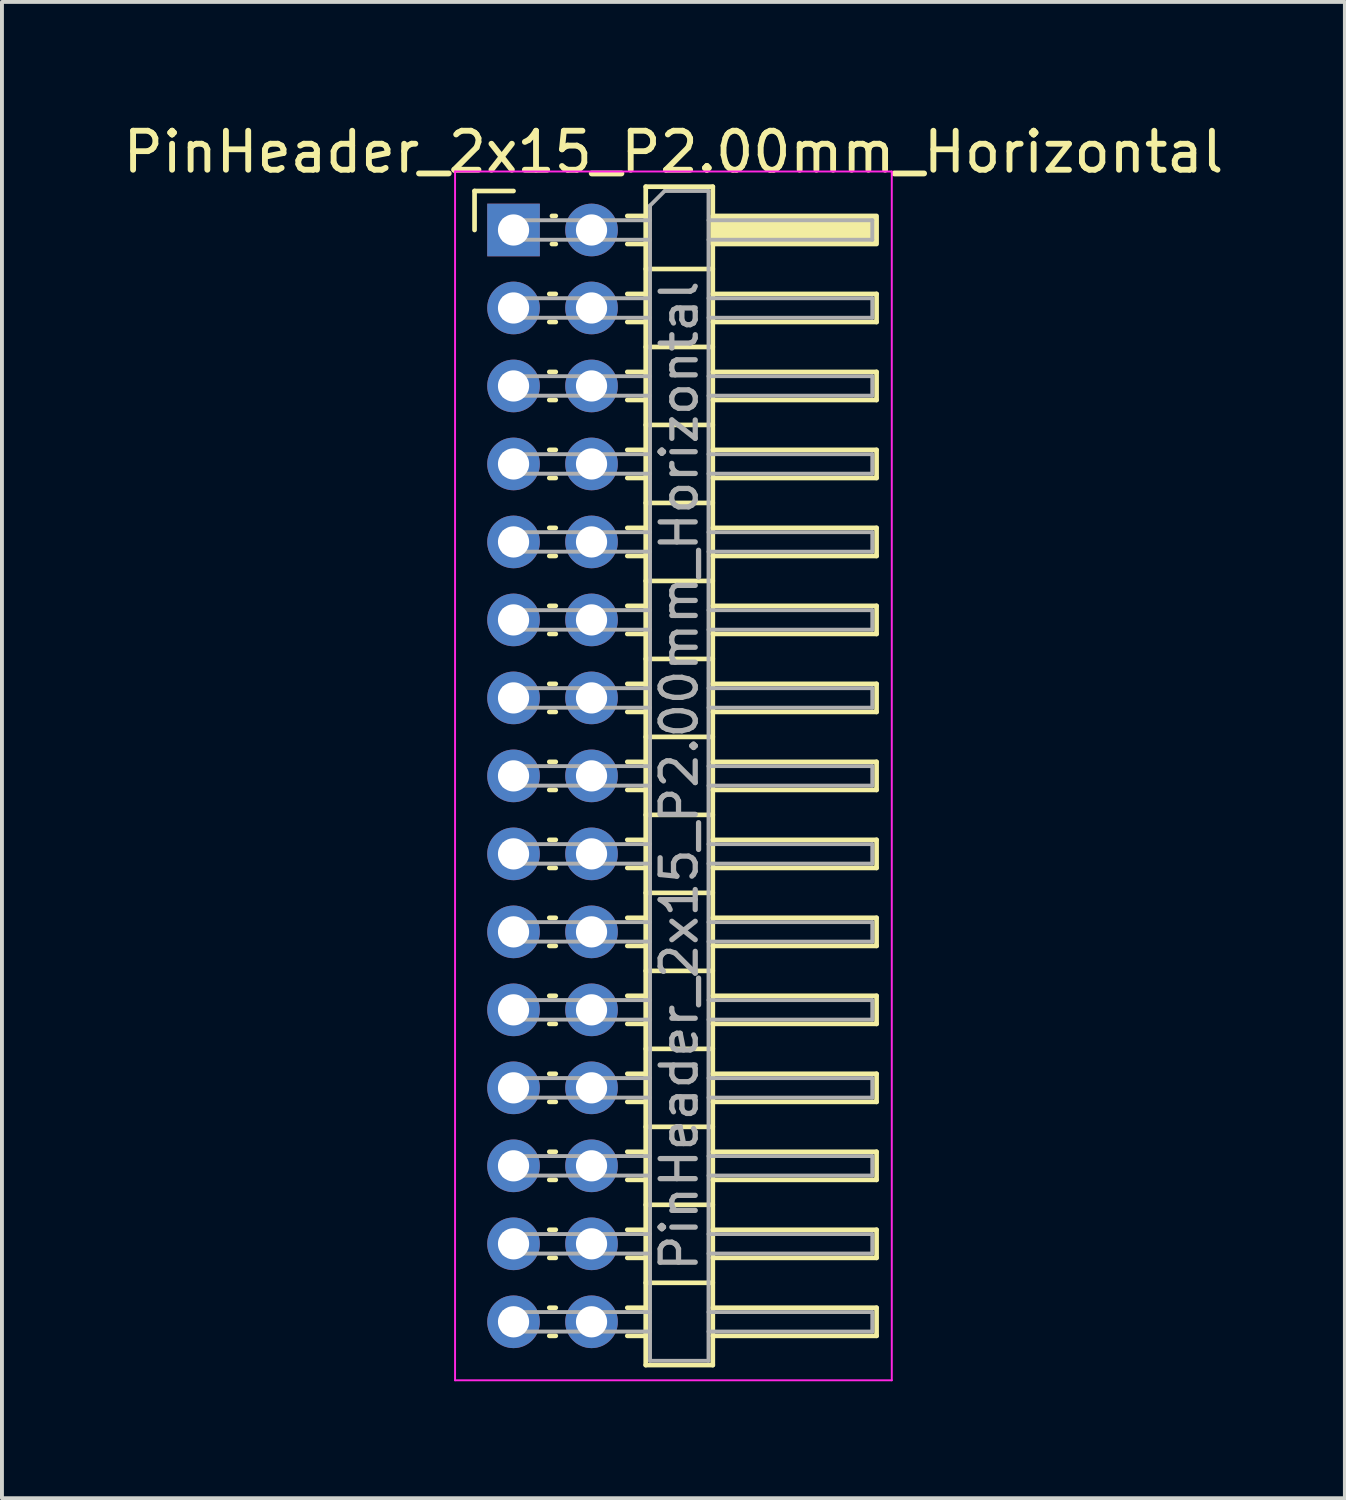
<source format=kicad_pcb>
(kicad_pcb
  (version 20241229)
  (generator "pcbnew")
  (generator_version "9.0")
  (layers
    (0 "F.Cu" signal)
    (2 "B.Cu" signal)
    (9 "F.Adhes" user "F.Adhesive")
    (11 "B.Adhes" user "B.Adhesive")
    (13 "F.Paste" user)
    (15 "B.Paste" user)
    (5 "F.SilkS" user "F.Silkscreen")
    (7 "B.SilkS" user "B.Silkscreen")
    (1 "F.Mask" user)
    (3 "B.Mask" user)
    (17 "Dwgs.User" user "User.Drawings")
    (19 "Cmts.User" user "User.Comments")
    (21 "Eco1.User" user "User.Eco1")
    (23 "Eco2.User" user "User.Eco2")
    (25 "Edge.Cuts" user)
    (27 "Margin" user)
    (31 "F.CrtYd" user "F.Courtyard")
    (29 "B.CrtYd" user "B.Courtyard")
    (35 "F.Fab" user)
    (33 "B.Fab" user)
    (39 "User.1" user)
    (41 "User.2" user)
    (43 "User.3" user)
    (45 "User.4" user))
  (footprint "PinHeader_2x15_P2.00mm_Horizontal"
    (layer "F.Cu")
    (at 10.12 2.848)
    (property "Reference" "PinHeader_2x15_P2.00mm_Horizontal" (at 4.1 -2 0) (layer "F.SilkS") (effects (font (size 1 1) (thickness 0.15))))
    (attr through_hole)
    (fp_line (start -1 -1) (end 0 -1) (stroke (width 0.12) (type solid)) (layer "F.SilkS"))
    (fp_line (start -1 0) (end -1 -1) (stroke (width 0.12) (type solid)) (layer "F.SilkS"))
    (fp_line (start 0.917 1.64) (end 1.083 1.64) (stroke (width 0.12) (type solid)) (layer "F.SilkS"))
    (fp_line (start 0.917 2.36) (end 1.083 2.36) (stroke (width 0.12) (type solid)) (layer "F.SilkS"))
    (fp_line (start 0.917 3.64) (end 1.083 3.64) (stroke (width 0.12) (type solid)) (layer "F.SilkS"))
    (fp_line (start 0.917 4.36) (end 1.083 4.36) (stroke (width 0.12) (type solid)) (layer "F.SilkS"))
    (fp_line (start 0.917 5.64) (end 1.083 5.64) (stroke (width 0.12) (type solid)) (layer "F.SilkS"))
    (fp_line (start 0.917 6.36) (end 1.083 6.36) (stroke (width 0.12) (type solid)) (layer "F.SilkS"))
    (fp_line (start 0.917 7.64) (end 1.083 7.64) (stroke (width 0.12) (type solid)) (layer "F.SilkS"))
    (fp_line (start 0.917 8.36) (end 1.083 8.36) (stroke (width 0.12) (type solid)) (layer "F.SilkS"))
    (fp_line (start 0.917 9.64) (end 1.083 9.64) (stroke (width 0.12) (type solid)) (layer "F.SilkS"))
    (fp_line (start 0.917 10.36) (end 1.083 10.36) (stroke (width 0.12) (type solid)) (layer "F.SilkS"))
    (fp_line (start 0.917 11.64) (end 1.083 11.64) (stroke (width 0.12) (type solid)) (layer "F.SilkS"))
    (fp_line (start 0.917 12.36) (end 1.083 12.36) (stroke (width 0.12) (type solid)) (layer "F.SilkS"))
    (fp_line (start 0.917 13.64) (end 1.083 13.64) (stroke (width 0.12) (type solid)) (layer "F.SilkS"))
    (fp_line (start 0.917 14.36) (end 1.083 14.36) (stroke (width 0.12) (type solid)) (layer "F.SilkS"))
    (fp_line (start 0.917 15.64) (end 1.083 15.64) (stroke (width 0.12) (type solid)) (layer "F.SilkS"))
    (fp_line (start 0.917 16.36) (end 1.083 16.36) (stroke (width 0.12) (type solid)) (layer "F.SilkS"))
    (fp_line (start 0.917 17.64) (end 1.083 17.64) (stroke (width 0.12) (type solid)) (layer "F.SilkS"))
    (fp_line (start 0.917 18.36) (end 1.083 18.36) (stroke (width 0.12) (type solid)) (layer "F.SilkS"))
    (fp_line (start 0.917 19.64) (end 1.083 19.64) (stroke (width 0.12) (type solid)) (layer "F.SilkS"))
    (fp_line (start 0.917 20.36) (end 1.083 20.36) (stroke (width 0.12) (type solid)) (layer "F.SilkS"))
    (fp_line (start 0.917 21.64) (end 1.083 21.64) (stroke (width 0.12) (type solid)) (layer "F.SilkS"))
    (fp_line (start 0.917 22.36) (end 1.083 22.36) (stroke (width 0.12) (type solid)) (layer "F.SilkS"))
    (fp_line (start 0.917 23.64) (end 1.083 23.64) (stroke (width 0.12) (type solid)) (layer "F.SilkS"))
    (fp_line (start 0.917 24.36) (end 1.083 24.36) (stroke (width 0.12) (type solid)) (layer "F.SilkS"))
    (fp_line (start 0.917 25.64) (end 1.083 25.64) (stroke (width 0.12) (type solid)) (layer "F.SilkS"))
    (fp_line (start 0.917 26.36) (end 1.083 26.36) (stroke (width 0.12) (type solid)) (layer "F.SilkS"))
    (fp_line (start 0.917 27.64) (end 1.083 27.64) (stroke (width 0.12) (type solid)) (layer "F.SilkS"))
    (fp_line (start 0.917 28.36) (end 1.083 28.36) (stroke (width 0.12) (type solid)) (layer "F.SilkS"))
    (fp_line (start 0.985 -0.36) (end 1.083 -0.36) (stroke (width 0.12) (type solid)) (layer "F.SilkS"))
    (fp_line (start 0.985 0.36) (end 1.083 0.36) (stroke (width 0.12) (type solid)) (layer "F.SilkS"))
    (fp_line (start 2.917 -0.36) (end 3.39 -0.36) (stroke (width 0.12) (type solid)) (layer "F.SilkS"))
    (fp_line (start 2.917 0.36) (end 3.39 0.36) (stroke (width 0.12) (type solid)) (layer "F.SilkS"))
    (fp_line (start 2.917 1.64) (end 3.39 1.64) (stroke (width 0.12) (type solid)) (layer "F.SilkS"))
    (fp_line (start 2.917 2.36) (end 3.39 2.36) (stroke (width 0.12) (type solid)) (layer "F.SilkS"))
    (fp_line (start 2.917 3.64) (end 3.39 3.64) (stroke (width 0.12) (type solid)) (layer "F.SilkS"))
    (fp_line (start 2.917 4.36) (end 3.39 4.36) (stroke (width 0.12) (type solid)) (layer "F.SilkS"))
    (fp_line (start 2.917 5.64) (end 3.39 5.64) (stroke (width 0.12) (type solid)) (layer "F.SilkS"))
    (fp_line (start 2.917 6.36) (end 3.39 6.36) (stroke (width 0.12) (type solid)) (layer "F.SilkS"))
    (fp_line (start 2.917 7.64) (end 3.39 7.64) (stroke (width 0.12) (type solid)) (layer "F.SilkS"))
    (fp_line (start 2.917 8.36) (end 3.39 8.36) (stroke (width 0.12) (type solid)) (layer "F.SilkS"))
    (fp_line (start 2.917 9.64) (end 3.39 9.64) (stroke (width 0.12) (type solid)) (layer "F.SilkS"))
    (fp_line (start 2.917 10.36) (end 3.39 10.36) (stroke (width 0.12) (type solid)) (layer "F.SilkS"))
    (fp_line (start 2.917 11.64) (end 3.39 11.64) (stroke (width 0.12) (type solid)) (layer "F.SilkS"))
    (fp_line (start 2.917 12.36) (end 3.39 12.36) (stroke (width 0.12) (type solid)) (layer "F.SilkS"))
    (fp_line (start 2.917 13.64) (end 3.39 13.64) (stroke (width 0.12) (type solid)) (layer "F.SilkS"))
    (fp_line (start 2.917 14.36) (end 3.39 14.36) (stroke (width 0.12) (type solid)) (layer "F.SilkS"))
    (fp_line (start 2.917 15.64) (end 3.39 15.64) (stroke (width 0.12) (type solid)) (layer "F.SilkS"))
    (fp_line (start 2.917 16.36) (end 3.39 16.36) (stroke (width 0.12) (type solid)) (layer "F.SilkS"))
    (fp_line (start 2.917 17.64) (end 3.39 17.64) (stroke (width 0.12) (type solid)) (layer "F.SilkS"))
    (fp_line (start 2.917 18.36) (end 3.39 18.36) (stroke (width 0.12) (type solid)) (layer "F.SilkS"))
    (fp_line (start 2.917 19.64) (end 3.39 19.64) (stroke (width 0.12) (type solid)) (layer "F.SilkS"))
    (fp_line (start 2.917 20.36) (end 3.39 20.36) (stroke (width 0.12) (type solid)) (layer "F.SilkS"))
    (fp_line (start 2.917 21.64) (end 3.39 21.64) (stroke (width 0.12) (type solid)) (layer "F.SilkS"))
    (fp_line (start 2.917 22.36) (end 3.39 22.36) (stroke (width 0.12) (type solid)) (layer "F.SilkS"))
    (fp_line (start 2.917 23.64) (end 3.39 23.64) (stroke (width 0.12) (type solid)) (layer "F.SilkS"))
    (fp_line (start 2.917 24.36) (end 3.39 24.36) (stroke (width 0.12) (type solid)) (layer "F.SilkS"))
    (fp_line (start 2.917 25.64) (end 3.39 25.64) (stroke (width 0.12) (type solid)) (layer "F.SilkS"))
    (fp_line (start 2.917 26.36) (end 3.39 26.36) (stroke (width 0.12) (type solid)) (layer "F.SilkS"))
    (fp_line (start 2.917 27.64) (end 3.39 27.64) (stroke (width 0.12) (type solid)) (layer "F.SilkS"))
    (fp_line (start 2.917 28.36) (end 3.39 28.36) (stroke (width 0.12) (type solid)) (layer "F.SilkS"))
    (fp_line (start 3.39 -1.11) (end 3.39 29.11) (stroke (width 0.12) (type solid)) (layer "F.SilkS"))
    (fp_line (start 3.39 1) (end 5.11 1) (stroke (width 0.12) (type solid)) (layer "F.SilkS"))
    (fp_line (start 3.39 3) (end 5.11 3) (stroke (width 0.12) (type solid)) (layer "F.SilkS"))
    (fp_line (start 3.39 5) (end 5.11 5) (stroke (width 0.12) (type solid)) (layer "F.SilkS"))
    (fp_line (start 3.39 7) (end 5.11 7) (stroke (width 0.12) (type solid)) (layer "F.SilkS"))
    (fp_line (start 3.39 9) (end 5.11 9) (stroke (width 0.12) (type solid)) (layer "F.SilkS"))
    (fp_line (start 3.39 11) (end 5.11 11) (stroke (width 0.12) (type solid)) (layer "F.SilkS"))
    (fp_line (start 3.39 13) (end 5.11 13) (stroke (width 0.12) (type solid)) (layer "F.SilkS"))
    (fp_line (start 3.39 15) (end 5.11 15) (stroke (width 0.12) (type solid)) (layer "F.SilkS"))
    (fp_line (start 3.39 17) (end 5.11 17) (stroke (width 0.12) (type solid)) (layer "F.SilkS"))
    (fp_line (start 3.39 19) (end 5.11 19) (stroke (width 0.12) (type solid)) (layer "F.SilkS"))
    (fp_line (start 3.39 21) (end 5.11 21) (stroke (width 0.12) (type solid)) (layer "F.SilkS"))
    (fp_line (start 3.39 23) (end 5.11 23) (stroke (width 0.12) (type solid)) (layer "F.SilkS"))
    (fp_line (start 3.39 25) (end 5.11 25) (stroke (width 0.12) (type solid)) (layer "F.SilkS"))
    (fp_line (start 3.39 27) (end 5.11 27) (stroke (width 0.12) (type solid)) (layer "F.SilkS"))
    (fp_line (start 3.39 29.11) (end 5.11 29.11) (stroke (width 0.12) (type solid)) (layer "F.SilkS"))
    (fp_line (start 5.11 -1.11) (end 3.39 -1.11) (stroke (width 0.12) (type solid)) (layer "F.SilkS"))
    (fp_line (start 5.11 1.64) (end 9.31 1.64) (stroke (width 0.12) (type solid)) (layer "F.SilkS"))
    (fp_line (start 5.11 3.64) (end 9.31 3.64) (stroke (width 0.12) (type solid)) (layer "F.SilkS"))
    (fp_line (start 5.11 5.64) (end 9.31 5.64) (stroke (width 0.12) (type solid)) (layer "F.SilkS"))
    (fp_line (start 5.11 7.64) (end 9.31 7.64) (stroke (width 0.12) (type solid)) (layer "F.SilkS"))
    (fp_line (start 5.11 9.64) (end 9.31 9.64) (stroke (width 0.12) (type solid)) (layer "F.SilkS"))
    (fp_line (start 5.11 11.64) (end 9.31 11.64) (stroke (width 0.12) (type solid)) (layer "F.SilkS"))
    (fp_line (start 5.11 13.64) (end 9.31 13.64) (stroke (width 0.12) (type solid)) (layer "F.SilkS"))
    (fp_line (start 5.11 15.64) (end 9.31 15.64) (stroke (width 0.12) (type solid)) (layer "F.SilkS"))
    (fp_line (start 5.11 17.64) (end 9.31 17.64) (stroke (width 0.12) (type solid)) (layer "F.SilkS"))
    (fp_line (start 5.11 19.64) (end 9.31 19.64) (stroke (width 0.12) (type solid)) (layer "F.SilkS"))
    (fp_line (start 5.11 21.64) (end 9.31 21.64) (stroke (width 0.12) (type solid)) (layer "F.SilkS"))
    (fp_line (start 5.11 23.64) (end 9.31 23.64) (stroke (width 0.12) (type solid)) (layer "F.SilkS"))
    (fp_line (start 5.11 25.64) (end 9.31 25.64) (stroke (width 0.12) (type solid)) (layer "F.SilkS"))
    (fp_line (start 5.11 27.64) (end 9.31 27.64) (stroke (width 0.12) (type solid)) (layer "F.SilkS"))
    (fp_line (start 5.11 29.11) (end 5.11 -1.11) (stroke (width 0.12) (type solid)) (layer "F.SilkS"))
    (fp_line (start 9.31 1.64) (end 9.31 2.36) (stroke (width 0.12) (type solid)) (layer "F.SilkS"))
    (fp_line (start 9.31 2.36) (end 5.11 2.36) (stroke (width 0.12) (type solid)) (layer "F.SilkS"))
    (fp_line (start 9.31 3.64) (end 9.31 4.36) (stroke (width 0.12) (type solid)) (layer "F.SilkS"))
    (fp_line (start 9.31 4.36) (end 5.11 4.36) (stroke (width 0.12) (type solid)) (layer "F.SilkS"))
    (fp_line (start 9.31 5.64) (end 9.31 6.36) (stroke (width 0.12) (type solid)) (layer "F.SilkS"))
    (fp_line (start 9.31 6.36) (end 5.11 6.36) (stroke (width 0.12) (type solid)) (layer "F.SilkS"))
    (fp_line (start 9.31 7.64) (end 9.31 8.36) (stroke (width 0.12) (type solid)) (layer "F.SilkS"))
    (fp_line (start 9.31 8.36) (end 5.11 8.36) (stroke (width 0.12) (type solid)) (layer "F.SilkS"))
    (fp_line (start 9.31 9.64) (end 9.31 10.36) (stroke (width 0.12) (type solid)) (layer "F.SilkS"))
    (fp_line (start 9.31 10.36) (end 5.11 10.36) (stroke (width 0.12) (type solid)) (layer "F.SilkS"))
    (fp_line (start 9.31 11.64) (end 9.31 12.36) (stroke (width 0.12) (type solid)) (layer "F.SilkS"))
    (fp_line (start 9.31 12.36) (end 5.11 12.36) (stroke (width 0.12) (type solid)) (layer "F.SilkS"))
    (fp_line (start 9.31 13.64) (end 9.31 14.36) (stroke (width 0.12) (type solid)) (layer "F.SilkS"))
    (fp_line (start 9.31 14.36) (end 5.11 14.36) (stroke (width 0.12) (type solid)) (layer "F.SilkS"))
    (fp_line (start 9.31 15.64) (end 9.31 16.36) (stroke (width 0.12) (type solid)) (layer "F.SilkS"))
    (fp_line (start 9.31 16.36) (end 5.11 16.36) (stroke (width 0.12) (type solid)) (layer "F.SilkS"))
    (fp_line (start 9.31 17.64) (end 9.31 18.36) (stroke (width 0.12) (type solid)) (layer "F.SilkS"))
    (fp_line (start 9.31 18.36) (end 5.11 18.36) (stroke (width 0.12) (type solid)) (layer "F.SilkS"))
    (fp_line (start 9.31 19.64) (end 9.31 20.36) (stroke (width 0.12) (type solid)) (layer "F.SilkS"))
    (fp_line (start 9.31 20.36) (end 5.11 20.36) (stroke (width 0.12) (type solid)) (layer "F.SilkS"))
    (fp_line (start 9.31 21.64) (end 9.31 22.36) (stroke (width 0.12) (type solid)) (layer "F.SilkS"))
    (fp_line (start 9.31 22.36) (end 5.11 22.36) (stroke (width 0.12) (type solid)) (layer "F.SilkS"))
    (fp_line (start 9.31 23.64) (end 9.31 24.36) (stroke (width 0.12) (type solid)) (layer "F.SilkS"))
    (fp_line (start 9.31 24.36) (end 5.11 24.36) (stroke (width 0.12) (type solid)) (layer "F.SilkS"))
    (fp_line (start 9.31 25.64) (end 9.31 26.36) (stroke (width 0.12) (type solid)) (layer "F.SilkS"))
    (fp_line (start 9.31 26.36) (end 5.11 26.36) (stroke (width 0.12) (type solid)) (layer "F.SilkS"))
    (fp_line (start 9.31 27.64) (end 9.31 28.36) (stroke (width 0.12) (type solid)) (layer "F.SilkS"))
    (fp_line (start 9.31 28.36) (end 5.11 28.36) (stroke (width 0.12) (type solid)) (layer "F.SilkS"))
    (fp_rect (start 5.11 -0.36) (end 9.31 0.36) (stroke (width 0.12) (type solid)) (fill yes) (layer "F.SilkS"))
    (fp_line (start -1.5 -1.5) (end -1.5 29.5) (stroke (width 0.05) (type solid)) (layer "F.CrtYd"))
    (fp_line (start -1.5 29.5) (end 9.7 29.5) (stroke (width 0.05) (type solid)) (layer "F.CrtYd"))
    (fp_line (start 9.7 -1.5) (end -1.5 -1.5) (stroke (width 0.05) (type solid)) (layer "F.CrtYd"))
    (fp_line (start 9.7 29.5) (end 9.7 -1.5) (stroke (width 0.05) (type solid)) (layer "F.CrtYd"))
    (fp_line (start -0.25 -0.25) (end -0.25 0.25) (stroke (width 0.1) (type solid)) (layer "F.Fab"))
    (fp_line (start -0.25 -0.25) (end 3.5 -0.25) (stroke (width 0.1) (type solid)) (layer "F.Fab"))
    (fp_line (start -0.25 0.25) (end 3.5 0.25) (stroke (width 0.1) (type solid)) (layer "F.Fab"))
    (fp_line (start -0.25 1.75) (end -0.25 2.25) (stroke (width 0.1) (type solid)) (layer "F.Fab"))
    (fp_line (start -0.25 1.75) (end 3.5 1.75) (stroke (width 0.1) (type solid)) (layer "F.Fab"))
    (fp_line (start -0.25 2.25) (end 3.5 2.25) (stroke (width 0.1) (type solid)) (layer "F.Fab"))
    (fp_line (start -0.25 3.75) (end -0.25 4.25) (stroke (width 0.1) (type solid)) (layer "F.Fab"))
    (fp_line (start -0.25 3.75) (end 3.5 3.75) (stroke (width 0.1) (type solid)) (layer "F.Fab"))
    (fp_line (start -0.25 4.25) (end 3.5 4.25) (stroke (width 0.1) (type solid)) (layer "F.Fab"))
    (fp_line (start -0.25 5.75) (end -0.25 6.25) (stroke (width 0.1) (type solid)) (layer "F.Fab"))
    (fp_line (start -0.25 5.75) (end 3.5 5.75) (stroke (width 0.1) (type solid)) (layer "F.Fab"))
    (fp_line (start -0.25 6.25) (end 3.5 6.25) (stroke (width 0.1) (type solid)) (layer "F.Fab"))
    (fp_line (start -0.25 7.75) (end -0.25 8.25) (stroke (width 0.1) (type solid)) (layer "F.Fab"))
    (fp_line (start -0.25 7.75) (end 3.5 7.75) (stroke (width 0.1) (type solid)) (layer "F.Fab"))
    (fp_line (start -0.25 8.25) (end 3.5 8.25) (stroke (width 0.1) (type solid)) (layer "F.Fab"))
    (fp_line (start -0.25 9.75) (end -0.25 10.25) (stroke (width 0.1) (type solid)) (layer "F.Fab"))
    (fp_line (start -0.25 9.75) (end 3.5 9.75) (stroke (width 0.1) (type solid)) (layer "F.Fab"))
    (fp_line (start -0.25 10.25) (end 3.5 10.25) (stroke (width 0.1) (type solid)) (layer "F.Fab"))
    (fp_line (start -0.25 11.75) (end -0.25 12.25) (stroke (width 0.1) (type solid)) (layer "F.Fab"))
    (fp_line (start -0.25 11.75) (end 3.5 11.75) (stroke (width 0.1) (type solid)) (layer "F.Fab"))
    (fp_line (start -0.25 12.25) (end 3.5 12.25) (stroke (width 0.1) (type solid)) (layer "F.Fab"))
    (fp_line (start -0.25 13.75) (end -0.25 14.25) (stroke (width 0.1) (type solid)) (layer "F.Fab"))
    (fp_line (start -0.25 13.75) (end 3.5 13.75) (stroke (width 0.1) (type solid)) (layer "F.Fab"))
    (fp_line (start -0.25 14.25) (end 3.5 14.25) (stroke (width 0.1) (type solid)) (layer "F.Fab"))
    (fp_line (start -0.25 15.75) (end -0.25 16.25) (stroke (width 0.1) (type solid)) (layer "F.Fab"))
    (fp_line (start -0.25 15.75) (end 3.5 15.75) (stroke (width 0.1) (type solid)) (layer "F.Fab"))
    (fp_line (start -0.25 16.25) (end 3.5 16.25) (stroke (width 0.1) (type solid)) (layer "F.Fab"))
    (fp_line (start -0.25 17.75) (end -0.25 18.25) (stroke (width 0.1) (type solid)) (layer "F.Fab"))
    (fp_line (start -0.25 17.75) (end 3.5 17.75) (stroke (width 0.1) (type solid)) (layer "F.Fab"))
    (fp_line (start -0.25 18.25) (end 3.5 18.25) (stroke (width 0.1) (type solid)) (layer "F.Fab"))
    (fp_line (start -0.25 19.75) (end -0.25 20.25) (stroke (width 0.1) (type solid)) (layer "F.Fab"))
    (fp_line (start -0.25 19.75) (end 3.5 19.75) (stroke (width 0.1) (type solid)) (layer "F.Fab"))
    (fp_line (start -0.25 20.25) (end 3.5 20.25) (stroke (width 0.1) (type solid)) (layer "F.Fab"))
    (fp_line (start -0.25 21.75) (end -0.25 22.25) (stroke (width 0.1) (type solid)) (layer "F.Fab"))
    (fp_line (start -0.25 21.75) (end 3.5 21.75) (stroke (width 0.1) (type solid)) (layer "F.Fab"))
    (fp_line (start -0.25 22.25) (end 3.5 22.25) (stroke (width 0.1) (type solid)) (layer "F.Fab"))
    (fp_line (start -0.25 23.75) (end -0.25 24.25) (stroke (width 0.1) (type solid)) (layer "F.Fab"))
    (fp_line (start -0.25 23.75) (end 3.5 23.75) (stroke (width 0.1) (type solid)) (layer "F.Fab"))
    (fp_line (start -0.25 24.25) (end 3.5 24.25) (stroke (width 0.1) (type solid)) (layer "F.Fab"))
    (fp_line (start -0.25 25.75) (end -0.25 26.25) (stroke (width 0.1) (type solid)) (layer "F.Fab"))
    (fp_line (start -0.25 25.75) (end 3.5 25.75) (stroke (width 0.1) (type solid)) (layer "F.Fab"))
    (fp_line (start -0.25 26.25) (end 3.5 26.25) (stroke (width 0.1) (type solid)) (layer "F.Fab"))
    (fp_line (start -0.25 27.75) (end -0.25 28.25) (stroke (width 0.1) (type solid)) (layer "F.Fab"))
    (fp_line (start -0.25 27.75) (end 3.5 27.75) (stroke (width 0.1) (type solid)) (layer "F.Fab"))
    (fp_line (start -0.25 28.25) (end 3.5 28.25) (stroke (width 0.1) (type solid)) (layer "F.Fab"))
    (fp_line (start 3.5 -0.625) (end 3.875 -1) (stroke (width 0.1) (type solid)) (layer "F.Fab"))
    (fp_line (start 3.5 29) (end 3.5 -0.625) (stroke (width 0.1) (type solid)) (layer "F.Fab"))
    (fp_line (start 3.875 -1) (end 5 -1) (stroke (width 0.1) (type solid)) (layer "F.Fab"))
    (fp_line (start 5 -1) (end 5 29) (stroke (width 0.1) (type solid)) (layer "F.Fab"))
    (fp_line (start 5 -0.25) (end 9.2 -0.25) (stroke (width 0.1) (type solid)) (layer "F.Fab"))
    (fp_line (start 5 0.25) (end 9.2 0.25) (stroke (width 0.1) (type solid)) (layer "F.Fab"))
    (fp_line (start 5 1.75) (end 9.2 1.75) (stroke (width 0.1) (type solid)) (layer "F.Fab"))
    (fp_line (start 5 2.25) (end 9.2 2.25) (stroke (width 0.1) (type solid)) (layer "F.Fab"))
    (fp_line (start 5 3.75) (end 9.2 3.75) (stroke (width 0.1) (type solid)) (layer "F.Fab"))
    (fp_line (start 5 4.25) (end 9.2 4.25) (stroke (width 0.1) (type solid)) (layer "F.Fab"))
    (fp_line (start 5 5.75) (end 9.2 5.75) (stroke (width 0.1) (type solid)) (layer "F.Fab"))
    (fp_line (start 5 6.25) (end 9.2 6.25) (stroke (width 0.1) (type solid)) (layer "F.Fab"))
    (fp_line (start 5 7.75) (end 9.2 7.75) (stroke (width 0.1) (type solid)) (layer "F.Fab"))
    (fp_line (start 5 8.25) (end 9.2 8.25) (stroke (width 0.1) (type solid)) (layer "F.Fab"))
    (fp_line (start 5 9.75) (end 9.2 9.75) (stroke (width 0.1) (type solid)) (layer "F.Fab"))
    (fp_line (start 5 10.25) (end 9.2 10.25) (stroke (width 0.1) (type solid)) (layer "F.Fab"))
    (fp_line (start 5 11.75) (end 9.2 11.75) (stroke (width 0.1) (type solid)) (layer "F.Fab"))
    (fp_line (start 5 12.25) (end 9.2 12.25) (stroke (width 0.1) (type solid)) (layer "F.Fab"))
    (fp_line (start 5 13.75) (end 9.2 13.75) (stroke (width 0.1) (type solid)) (layer "F.Fab"))
    (fp_line (start 5 14.25) (end 9.2 14.25) (stroke (width 0.1) (type solid)) (layer "F.Fab"))
    (fp_line (start 5 15.75) (end 9.2 15.75) (stroke (width 0.1) (type solid)) (layer "F.Fab"))
    (fp_line (start 5 16.25) (end 9.2 16.25) (stroke (width 0.1) (type solid)) (layer "F.Fab"))
    (fp_line (start 5 17.75) (end 9.2 17.75) (stroke (width 0.1) (type solid)) (layer "F.Fab"))
    (fp_line (start 5 18.25) (end 9.2 18.25) (stroke (width 0.1) (type solid)) (layer "F.Fab"))
    (fp_line (start 5 19.75) (end 9.2 19.75) (stroke (width 0.1) (type solid)) (layer "F.Fab"))
    (fp_line (start 5 20.25) (end 9.2 20.25) (stroke (width 0.1) (type solid)) (layer "F.Fab"))
    (fp_line (start 5 21.75) (end 9.2 21.75) (stroke (width 0.1) (type solid)) (layer "F.Fab"))
    (fp_line (start 5 22.25) (end 9.2 22.25) (stroke (width 0.1) (type solid)) (layer "F.Fab"))
    (fp_line (start 5 23.75) (end 9.2 23.75) (stroke (width 0.1) (type solid)) (layer "F.Fab"))
    (fp_line (start 5 24.25) (end 9.2 24.25) (stroke (width 0.1) (type solid)) (layer "F.Fab"))
    (fp_line (start 5 25.75) (end 9.2 25.75) (stroke (width 0.1) (type solid)) (layer "F.Fab"))
    (fp_line (start 5 26.25) (end 9.2 26.25) (stroke (width 0.1) (type solid)) (layer "F.Fab"))
    (fp_line (start 5 27.75) (end 9.2 27.75) (stroke (width 0.1) (type solid)) (layer "F.Fab"))
    (fp_line (start 5 28.25) (end 9.2 28.25) (stroke (width 0.1) (type solid)) (layer "F.Fab"))
    (fp_line (start 5 29) (end 3.5 29) (stroke (width 0.1) (type solid)) (layer "F.Fab"))
    (fp_line (start 9.2 -0.25) (end 9.2 0.25) (stroke (width 0.1) (type solid)) (layer "F.Fab"))
    (fp_line (start 9.2 1.75) (end 9.2 2.25) (stroke (width 0.1) (type solid)) (layer "F.Fab"))
    (fp_line (start 9.2 3.75) (end 9.2 4.25) (stroke (width 0.1) (type solid)) (layer "F.Fab"))
    (fp_line (start 9.2 5.75) (end 9.2 6.25) (stroke (width 0.1) (type solid)) (layer "F.Fab"))
    (fp_line (start 9.2 7.75) (end 9.2 8.25) (stroke (width 0.1) (type solid)) (layer "F.Fab"))
    (fp_line (start 9.2 9.75) (end 9.2 10.25) (stroke (width 0.1) (type solid)) (layer "F.Fab"))
    (fp_line (start 9.2 11.75) (end 9.2 12.25) (stroke (width 0.1) (type solid)) (layer "F.Fab"))
    (fp_line (start 9.2 13.75) (end 9.2 14.25) (stroke (width 0.1) (type solid)) (layer "F.Fab"))
    (fp_line (start 9.2 15.75) (end 9.2 16.25) (stroke (width 0.1) (type solid)) (layer "F.Fab"))
    (fp_line (start 9.2 17.75) (end 9.2 18.25) (stroke (width 0.1) (type solid)) (layer "F.Fab"))
    (fp_line (start 9.2 19.75) (end 9.2 20.25) (stroke (width 0.1) (type solid)) (layer "F.Fab"))
    (fp_line (start 9.2 21.75) (end 9.2 22.25) (stroke (width 0.1) (type solid)) (layer "F.Fab"))
    (fp_line (start 9.2 23.75) (end 9.2 24.25) (stroke (width 0.1) (type solid)) (layer "F.Fab"))
    (fp_line (start 9.2 25.75) (end 9.2 26.25) (stroke (width 0.1) (type solid)) (layer "F.Fab"))
    (fp_line (start 9.2 27.75) (end 9.2 28.25) (stroke (width 0.1) (type solid)) (layer "F.Fab"))
    (fp_text user "${REFERENCE}" (at 4.25 14 90) (layer "F.Fab") (effects (font (size 0.9 0.9) (thickness 0.135))))
    (pad "1" thru_hole rect (at 0 0) (size 1.35 1.35) (drill 0.8) (layers "*.Cu" "*.Mask"))
    (pad "2" thru_hole circle (at 2 0) (size 1.35 1.35) (drill 0.8) (layers "*.Cu" "*.Mask"))
    (pad "3" thru_hole circle (at 0 2) (size 1.35 1.35) (drill 0.8) (layers "*.Cu" "*.Mask"))
    (pad "4" thru_hole circle (at 2 2) (size 1.35 1.35) (drill 0.8) (layers "*.Cu" "*.Mask"))
    (pad "5" thru_hole circle (at 0 4) (size 1.35 1.35) (drill 0.8) (layers "*.Cu" "*.Mask"))
    (pad "6" thru_hole circle (at 2 4) (size 1.35 1.35) (drill 0.8) (layers "*.Cu" "*.Mask"))
    (pad "7" thru_hole circle (at 0 6) (size 1.35 1.35) (drill 0.8) (layers "*.Cu" "*.Mask"))
    (pad "8" thru_hole circle (at 2 6) (size 1.35 1.35) (drill 0.8) (layers "*.Cu" "*.Mask"))
    (pad "9" thru_hole circle (at 0 8) (size 1.35 1.35) (drill 0.8) (layers "*.Cu" "*.Mask"))
    (pad "10" thru_hole circle (at 2 8) (size 1.35 1.35) (drill 0.8) (layers "*.Cu" "*.Mask"))
    (pad "11" thru_hole circle (at 0 10) (size 1.35 1.35) (drill 0.8) (layers "*.Cu" "*.Mask"))
    (pad "12" thru_hole circle (at 2 10) (size 1.35 1.35) (drill 0.8) (layers "*.Cu" "*.Mask"))
    (pad "13" thru_hole circle (at 0 12) (size 1.35 1.35) (drill 0.8) (layers "*.Cu" "*.Mask"))
    (pad "14" thru_hole circle (at 2 12) (size 1.35 1.35) (drill 0.8) (layers "*.Cu" "*.Mask"))
    (pad "15" thru_hole circle (at 0 14) (size 1.35 1.35) (drill 0.8) (layers "*.Cu" "*.Mask"))
    (pad "16" thru_hole circle (at 2 14) (size 1.35 1.35) (drill 0.8) (layers "*.Cu" "*.Mask"))
    (pad "17" thru_hole circle (at 0 16) (size 1.35 1.35) (drill 0.8) (layers "*.Cu" "*.Mask"))
    (pad "18" thru_hole circle (at 2 16) (size 1.35 1.35) (drill 0.8) (layers "*.Cu" "*.Mask"))
    (pad "19" thru_hole circle (at 0 18) (size 1.35 1.35) (drill 0.8) (layers "*.Cu" "*.Mask"))
    (pad "20" thru_hole circle (at 2 18) (size 1.35 1.35) (drill 0.8) (layers "*.Cu" "*.Mask"))
    (pad "21" thru_hole circle (at 0 20) (size 1.35 1.35) (drill 0.8) (layers "*.Cu" "*.Mask"))
    (pad "22" thru_hole circle (at 2 20) (size 1.35 1.35) (drill 0.8) (layers "*.Cu" "*.Mask"))
    (pad "23" thru_hole circle (at 0 22) (size 1.35 1.35) (drill 0.8) (layers "*.Cu" "*.Mask"))
    (pad "24" thru_hole circle (at 2 22) (size 1.35 1.35) (drill 0.8) (layers "*.Cu" "*.Mask"))
    (pad "25" thru_hole circle (at 0 24) (size 1.35 1.35) (drill 0.8) (layers "*.Cu" "*.Mask"))
    (pad "26" thru_hole circle (at 2 24) (size 1.35 1.35) (drill 0.8) (layers "*.Cu" "*.Mask"))
    (pad "27" thru_hole circle (at 0 26) (size 1.35 1.35) (drill 0.8) (layers "*.Cu" "*.Mask"))
    (pad "28" thru_hole circle (at 2 26) (size 1.35 1.35) (drill 0.8) (layers "*.Cu" "*.Mask"))
    (pad "29" thru_hole circle (at 0 28) (size 1.35 1.35) (drill 0.8) (layers "*.Cu" "*.Mask"))
    (pad "30" thru_hole circle (at 2 28) (size 1.35 1.35) (drill 0.8) (layers "*.Cu" "*.Mask")))
  (gr_rect
    (start -3 -3)
    (end 31.44 35.373)
    (stroke (width 0.1) (type default))
    (fill no)
    (layer "Edge.Cuts")))
</source>
